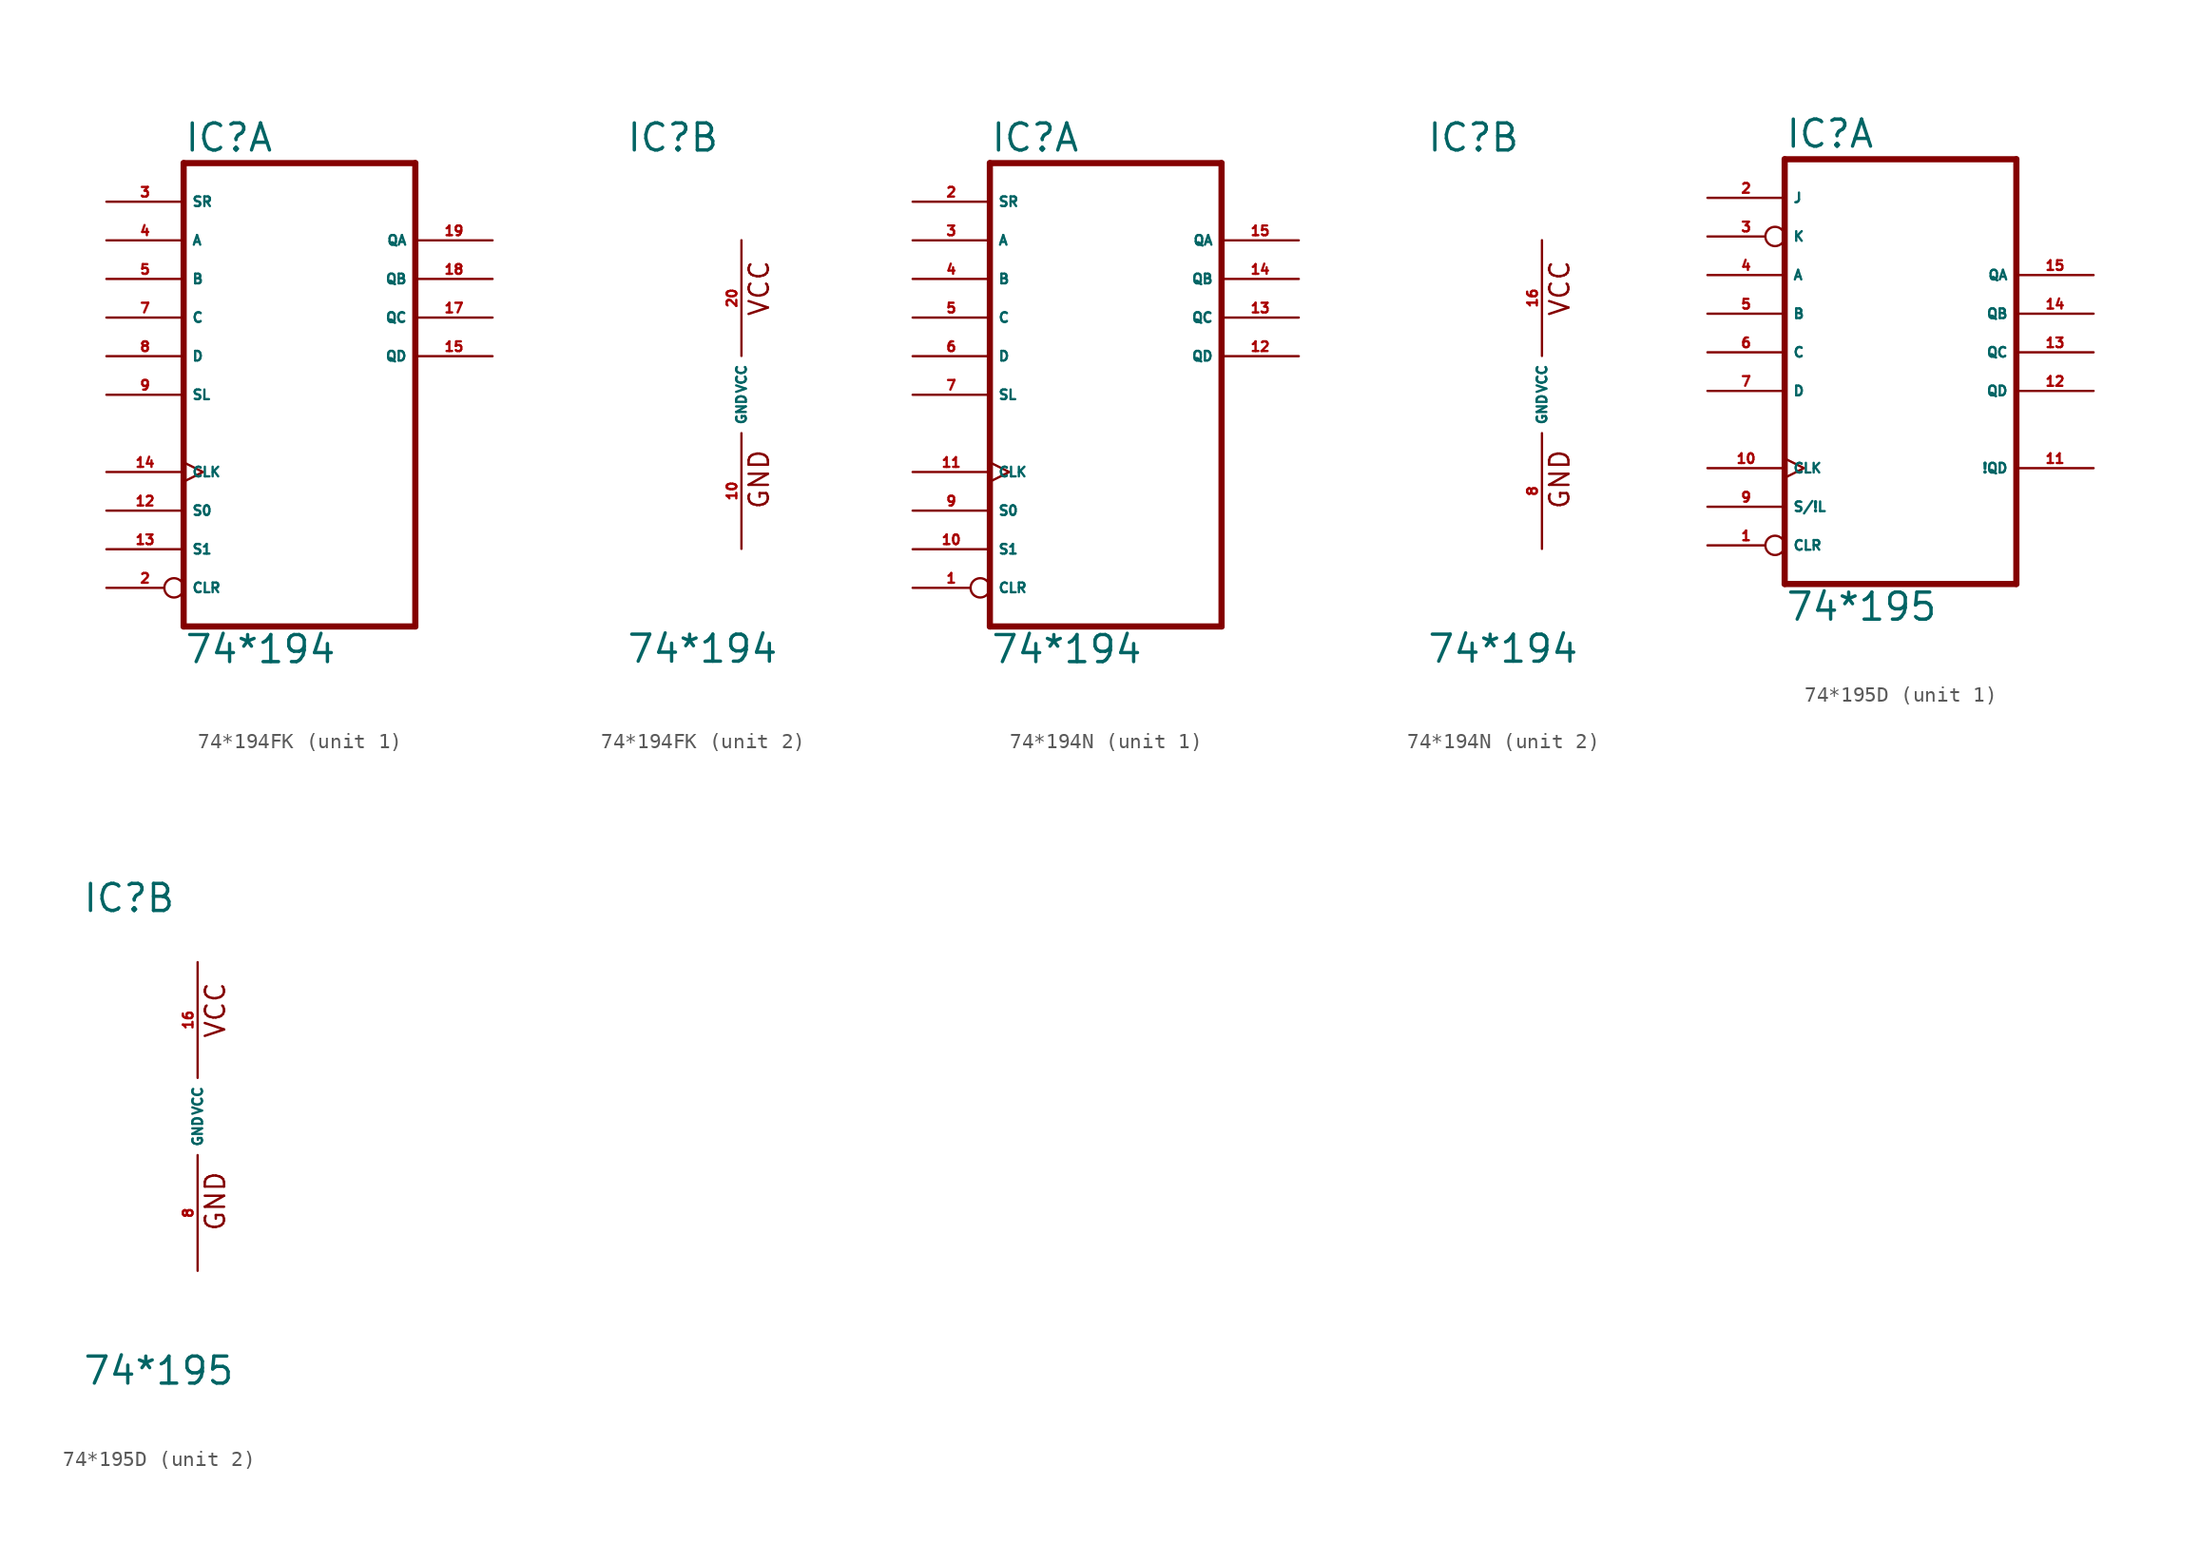
<source format=kicad_sym>
(kicad_symbol_lib
  (version 20220914)
  (generator Eagle2Kicad)
  (symbol "74*194FK"
    (property "Reference" "IC"
      (at -7.62 15.875 0)
      (effects (font (size 1.778 1.778) (thickness 0.22)) (justify left bottom)))
    (property "Value" "74*194"
      (at -7.62 -17.78 0)
      (effects (font (size 1.778 1.778) (thickness 0.22)) (justify left bottom)))
    (symbol "74*194FK_1_0"
      (polyline (pts (xy -7.62 -15.24) (xy 7.62 -15.24)) (stroke (width 0.406) (type default)) (fill (type none)))
      (polyline (pts (xy 7.62 -15.24) (xy 7.62 15.24)) (stroke (width 0.406) (type default)) (fill (type none)))
      (polyline (pts (xy 7.62 15.24) (xy -7.62 15.24)) (stroke (width 0.406) (type default)) (fill (type none)))
      (polyline (pts (xy -7.62 15.24) (xy -7.62 -15.24)) (stroke (width 0.406) (type default)) (fill (type none)))
      (pin input inverted (at -12.7 -12.7 0) (length 5.08) (name "CLR" (effects (font (size 0.635 0.635) (thickness 0.08)) (justify left bottom))) (number "2" (effects (font (size 0.635 0.635) (thickness 0.08)) (justify left bottom))))
      (pin input line (at -12.7 12.7 0) (length 5.08) (name "SR" (effects (font (size 0.635 0.635) (thickness 0.08)) (justify left bottom))) (number "3" (effects (font (size 0.635 0.635) (thickness 0.08)) (justify left bottom))))
      (pin input line (at -12.7 10.16 0) (length 5.08) (name "A" (effects (font (size 0.635 0.635) (thickness 0.08)) (justify left bottom))) (number "4" (effects (font (size 0.635 0.635) (thickness 0.08)) (justify left bottom))))
      (pin input line (at -12.7 7.62 0) (length 5.08) (name "B" (effects (font (size 0.635 0.635) (thickness 0.08)) (justify left bottom))) (number "5" (effects (font (size 0.635 0.635) (thickness 0.08)) (justify left bottom))))
      (pin input line (at -12.7 5.08 0) (length 5.08) (name "C" (effects (font (size 0.635 0.635) (thickness 0.08)) (justify left bottom))) (number "7" (effects (font (size 0.635 0.635) (thickness 0.08)) (justify left bottom))))
      (pin input line (at -12.7 2.54 0) (length 5.08) (name "D" (effects (font (size 0.635 0.635) (thickness 0.08)) (justify left bottom))) (number "8" (effects (font (size 0.635 0.635) (thickness 0.08)) (justify left bottom))))
      (pin input line (at -12.7 0 0) (length 5.08) (name "SL" (effects (font (size 0.635 0.635) (thickness 0.08)) (justify left bottom))) (number "9" (effects (font (size 0.635 0.635) (thickness 0.08)) (justify left bottom))))
      (pin input line (at -12.7 -7.62 0) (length 5.08) (name "S0" (effects (font (size 0.635 0.635) (thickness 0.08)) (justify left bottom))) (number "12" (effects (font (size 0.635 0.635) (thickness 0.08)) (justify left bottom))))
      (pin input line (at -12.7 -10.16 0) (length 5.08) (name "S1" (effects (font (size 0.635 0.635) (thickness 0.08)) (justify left bottom))) (number "13" (effects (font (size 0.635 0.635) (thickness 0.08)) (justify left bottom))))
      (pin input clock (at -12.7 -5.08 0) (length 5.08) (name "CLK" (effects (font (size 0.635 0.635) (thickness 0.08)) (justify left bottom))) (number "14" (effects (font (size 0.635 0.635) (thickness 0.08)) (justify left bottom))))
      (pin output line (at 12.7 2.54 180) (length 5.08) (name "QD" (effects (font (size 0.635 0.635) (thickness 0.08)) (justify left bottom))) (number "15" (effects (font (size 0.635 0.635) (thickness 0.08)) (justify left bottom))))
      (pin output line (at 12.7 5.08 180) (length 5.08) (name "QC" (effects (font (size 0.635 0.635) (thickness 0.08)) (justify left bottom))) (number "17" (effects (font (size 0.635 0.635) (thickness 0.08)) (justify left bottom))))
      (pin output line (at 12.7 7.62 180) (length 5.08) (name "QB" (effects (font (size 0.635 0.635) (thickness 0.08)) (justify left bottom))) (number "18" (effects (font (size 0.635 0.635) (thickness 0.08)) (justify left bottom))))
      (pin output line (at 12.7 10.16 180) (length 5.08) (name "QA" (effects (font (size 0.635 0.635) (thickness 0.08)) (justify left bottom))) (number "19" (effects (font (size 0.635 0.635) (thickness 0.08)) (justify left bottom)))))
    (symbol "74*194FK_2_0"
      (text "GND" (at 1.905 -7.62 900) (effects (font (size 1.27 1.27) (thickness 0.16)) (justify left bottom)))
      (text "VCC" (at 1.905 5.08 900) (effects (font (size 1.27 1.27) (thickness 0.16)) (justify left bottom)))
      (pin unspecified line (at 0 -10.16 90) (length 7.62) (name "GND" (effects (font (size 0.635 0.635) (thickness 0.08)) (justify left bottom))) (number "10" (effects (font (size 0.635 0.635) (thickness 0.08)) (justify left bottom))))
      (pin unspecified line (at 0 10.16 270) (length 7.62) (name "VCC" (effects (font (size 0.635 0.635) (thickness 0.08)) (justify left bottom))) (number "20" (effects (font (size 0.635 0.635) (thickness 0.08)) (justify left bottom))))))
  (symbol "74*194N"
    (property "Reference" "IC"
      (at -7.62 15.875 0)
      (effects (font (size 1.778 1.778) (thickness 0.22)) (justify left bottom)))
    (property "Value" "74*194"
      (at -7.62 -17.78 0)
      (effects (font (size 1.778 1.778) (thickness 0.22)) (justify left bottom)))
    (symbol "74*194N_1_0"
      (polyline (pts (xy -7.62 -15.24) (xy 7.62 -15.24)) (stroke (width 0.406) (type default)) (fill (type none)))
      (polyline (pts (xy 7.62 -15.24) (xy 7.62 15.24)) (stroke (width 0.406) (type default)) (fill (type none)))
      (polyline (pts (xy 7.62 15.24) (xy -7.62 15.24)) (stroke (width 0.406) (type default)) (fill (type none)))
      (polyline (pts (xy -7.62 15.24) (xy -7.62 -15.24)) (stroke (width 0.406) (type default)) (fill (type none)))
      (pin input inverted (at -12.7 -12.7 0) (length 5.08) (name "CLR" (effects (font (size 0.635 0.635) (thickness 0.08)) (justify left bottom))) (number "1" (effects (font (size 0.635 0.635) (thickness 0.08)) (justify left bottom))))
      (pin input line (at -12.7 12.7 0) (length 5.08) (name "SR" (effects (font (size 0.635 0.635) (thickness 0.08)) (justify left bottom))) (number "2" (effects (font (size 0.635 0.635) (thickness 0.08)) (justify left bottom))))
      (pin input line (at -12.7 10.16 0) (length 5.08) (name "A" (effects (font (size 0.635 0.635) (thickness 0.08)) (justify left bottom))) (number "3" (effects (font (size 0.635 0.635) (thickness 0.08)) (justify left bottom))))
      (pin input line (at -12.7 7.62 0) (length 5.08) (name "B" (effects (font (size 0.635 0.635) (thickness 0.08)) (justify left bottom))) (number "4" (effects (font (size 0.635 0.635) (thickness 0.08)) (justify left bottom))))
      (pin input line (at -12.7 5.08 0) (length 5.08) (name "C" (effects (font (size 0.635 0.635) (thickness 0.08)) (justify left bottom))) (number "5" (effects (font (size 0.635 0.635) (thickness 0.08)) (justify left bottom))))
      (pin input line (at -12.7 2.54 0) (length 5.08) (name "D" (effects (font (size 0.635 0.635) (thickness 0.08)) (justify left bottom))) (number "6" (effects (font (size 0.635 0.635) (thickness 0.08)) (justify left bottom))))
      (pin input line (at -12.7 0 0) (length 5.08) (name "SL" (effects (font (size 0.635 0.635) (thickness 0.08)) (justify left bottom))) (number "7" (effects (font (size 0.635 0.635) (thickness 0.08)) (justify left bottom))))
      (pin input line (at -12.7 -7.62 0) (length 5.08) (name "S0" (effects (font (size 0.635 0.635) (thickness 0.08)) (justify left bottom))) (number "9" (effects (font (size 0.635 0.635) (thickness 0.08)) (justify left bottom))))
      (pin input line (at -12.7 -10.16 0) (length 5.08) (name "S1" (effects (font (size 0.635 0.635) (thickness 0.08)) (justify left bottom))) (number "10" (effects (font (size 0.635 0.635) (thickness 0.08)) (justify left bottom))))
      (pin input clock (at -12.7 -5.08 0) (length 5.08) (name "CLK" (effects (font (size 0.635 0.635) (thickness 0.08)) (justify left bottom))) (number "11" (effects (font (size 0.635 0.635) (thickness 0.08)) (justify left bottom))))
      (pin output line (at 12.7 2.54 180) (length 5.08) (name "QD" (effects (font (size 0.635 0.635) (thickness 0.08)) (justify left bottom))) (number "12" (effects (font (size 0.635 0.635) (thickness 0.08)) (justify left bottom))))
      (pin output line (at 12.7 5.08 180) (length 5.08) (name "QC" (effects (font (size 0.635 0.635) (thickness 0.08)) (justify left bottom))) (number "13" (effects (font (size 0.635 0.635) (thickness 0.08)) (justify left bottom))))
      (pin output line (at 12.7 7.62 180) (length 5.08) (name "QB" (effects (font (size 0.635 0.635) (thickness 0.08)) (justify left bottom))) (number "14" (effects (font (size 0.635 0.635) (thickness 0.08)) (justify left bottom))))
      (pin output line (at 12.7 10.16 180) (length 5.08) (name "QA" (effects (font (size 0.635 0.635) (thickness 0.08)) (justify left bottom))) (number "15" (effects (font (size 0.635 0.635) (thickness 0.08)) (justify left bottom)))))
    (symbol "74*194N_2_0"
      (text "GND" (at 1.905 -7.62 900) (effects (font (size 1.27 1.27) (thickness 0.16)) (justify left bottom)))
      (text "VCC" (at 1.905 5.08 900) (effects (font (size 1.27 1.27) (thickness 0.16)) (justify left bottom)))
      (pin unspecified line (at 0 -10.16 90) (length 7.62) (name "GND" (effects (font (size 0.635 0.635) (thickness 0.08)) (justify left bottom))) (number "8" (effects (font (size 0.635 0.635) (thickness 0.08)) (justify left bottom))))
      (pin unspecified line (at 0 10.16 270) (length 7.62) (name "VCC" (effects (font (size 0.635 0.635) (thickness 0.08)) (justify left bottom))) (number "16" (effects (font (size 0.635 0.635) (thickness 0.08)) (justify left bottom))))))
  (symbol "74*195D"
    (property "Reference" "IC"
      (at -7.62 13.335 0)
      (effects (font (size 1.778 1.778) (thickness 0.22)) (justify left bottom)))
    (property "Value" "74*195"
      (at -7.62 -17.78 0)
      (effects (font (size 1.778 1.778) (thickness 0.22)) (justify left bottom)))
    (symbol "74*195D_1_0"
      (polyline (pts (xy -7.62 -15.24) (xy 7.62 -15.24)) (stroke (width 0.406) (type default)) (fill (type none)))
      (polyline (pts (xy 7.62 -15.24) (xy 7.62 12.7)) (stroke (width 0.406) (type default)) (fill (type none)))
      (polyline (pts (xy 7.62 12.7) (xy -7.62 12.7)) (stroke (width 0.406) (type default)) (fill (type none)))
      (polyline (pts (xy -7.62 12.7) (xy -7.62 -15.24)) (stroke (width 0.406) (type default)) (fill (type none)))
      (pin input inverted (at -12.7 -12.7 0) (length 5.08) (name "CLR" (effects (font (size 0.635 0.635) (thickness 0.08)) (justify left bottom))) (number "1" (effects (font (size 0.635 0.635) (thickness 0.08)) (justify left bottom))))
      (pin input line (at -12.7 10.16 0) (length 5.08) (name "J" (effects (font (size 0.635 0.635) (thickness 0.08)) (justify left bottom))) (number "2" (effects (font (size 0.635 0.635) (thickness 0.08)) (justify left bottom))))
      (pin input inverted (at -12.7 7.62 0) (length 5.08) (name "K" (effects (font (size 0.635 0.635) (thickness 0.08)) (justify left bottom))) (number "3" (effects (font (size 0.635 0.635) (thickness 0.08)) (justify left bottom))))
      (pin input line (at -12.7 5.08 0) (length 5.08) (name "A" (effects (font (size 0.635 0.635) (thickness 0.08)) (justify left bottom))) (number "4" (effects (font (size 0.635 0.635) (thickness 0.08)) (justify left bottom))))
      (pin input line (at -12.7 2.54 0) (length 5.08) (name "B" (effects (font (size 0.635 0.635) (thickness 0.08)) (justify left bottom))) (number "5" (effects (font (size 0.635 0.635) (thickness 0.08)) (justify left bottom))))
      (pin input line (at -12.7 0 0) (length 5.08) (name "C" (effects (font (size 0.635 0.635) (thickness 0.08)) (justify left bottom))) (number "6" (effects (font (size 0.635 0.635) (thickness 0.08)) (justify left bottom))))
      (pin input line (at -12.7 -2.54 0) (length 5.08) (name "D" (effects (font (size 0.635 0.635) (thickness 0.08)) (justify left bottom))) (number "7" (effects (font (size 0.635 0.635) (thickness 0.08)) (justify left bottom))))
      (pin input line (at -12.7 -10.16 0) (length 5.08) (name "S/!L" (effects (font (size 0.635 0.635) (thickness 0.08)) (justify left bottom))) (number "9" (effects (font (size 0.635 0.635) (thickness 0.08)) (justify left bottom))))
      (pin input clock (at -12.7 -7.62 0) (length 5.08) (name "CLK" (effects (font (size 0.635 0.635) (thickness 0.08)) (justify left bottom))) (number "10" (effects (font (size 0.635 0.635) (thickness 0.08)) (justify left bottom))))
      (pin output line (at 12.7 -7.62 180) (length 5.08) (name "!QD" (effects (font (size 0.635 0.635) (thickness 0.08)) (justify left bottom))) (number "11" (effects (font (size 0.635 0.635) (thickness 0.08)) (justify left bottom))))
      (pin output line (at 12.7 -2.54 180) (length 5.08) (name "QD" (effects (font (size 0.635 0.635) (thickness 0.08)) (justify left bottom))) (number "12" (effects (font (size 0.635 0.635) (thickness 0.08)) (justify left bottom))))
      (pin output line (at 12.7 0 180) (length 5.08) (name "QC" (effects (font (size 0.635 0.635) (thickness 0.08)) (justify left bottom))) (number "13" (effects (font (size 0.635 0.635) (thickness 0.08)) (justify left bottom))))
      (pin output line (at 12.7 2.54 180) (length 5.08) (name "QB" (effects (font (size 0.635 0.635) (thickness 0.08)) (justify left bottom))) (number "14" (effects (font (size 0.635 0.635) (thickness 0.08)) (justify left bottom))))
      (pin output line (at 12.7 5.08 180) (length 5.08) (name "QA" (effects (font (size 0.635 0.635) (thickness 0.08)) (justify left bottom))) (number "15" (effects (font (size 0.635 0.635) (thickness 0.08)) (justify left bottom)))))
    (symbol "74*195D_2_0"
      (text "GND" (at 1.905 -7.62 900) (effects (font (size 1.27 1.27) (thickness 0.16)) (justify left bottom)))
      (text "VCC" (at 1.905 5.08 900) (effects (font (size 1.27 1.27) (thickness 0.16)) (justify left bottom)))
      (pin unspecified line (at 0 -10.16 90) (length 7.62) (name "GND" (effects (font (size 0.635 0.635) (thickness 0.08)) (justify left bottom))) (number "8" (effects (font (size 0.635 0.635) (thickness 0.08)) (justify left bottom))))
      (pin unspecified line (at 0 10.16 270) (length 7.62) (name "VCC" (effects (font (size 0.635 0.635) (thickness 0.08)) (justify left bottom))) (number "16" (effects (font (size 0.635 0.635) (thickness 0.08)) (justify left bottom)))))))
</source>
